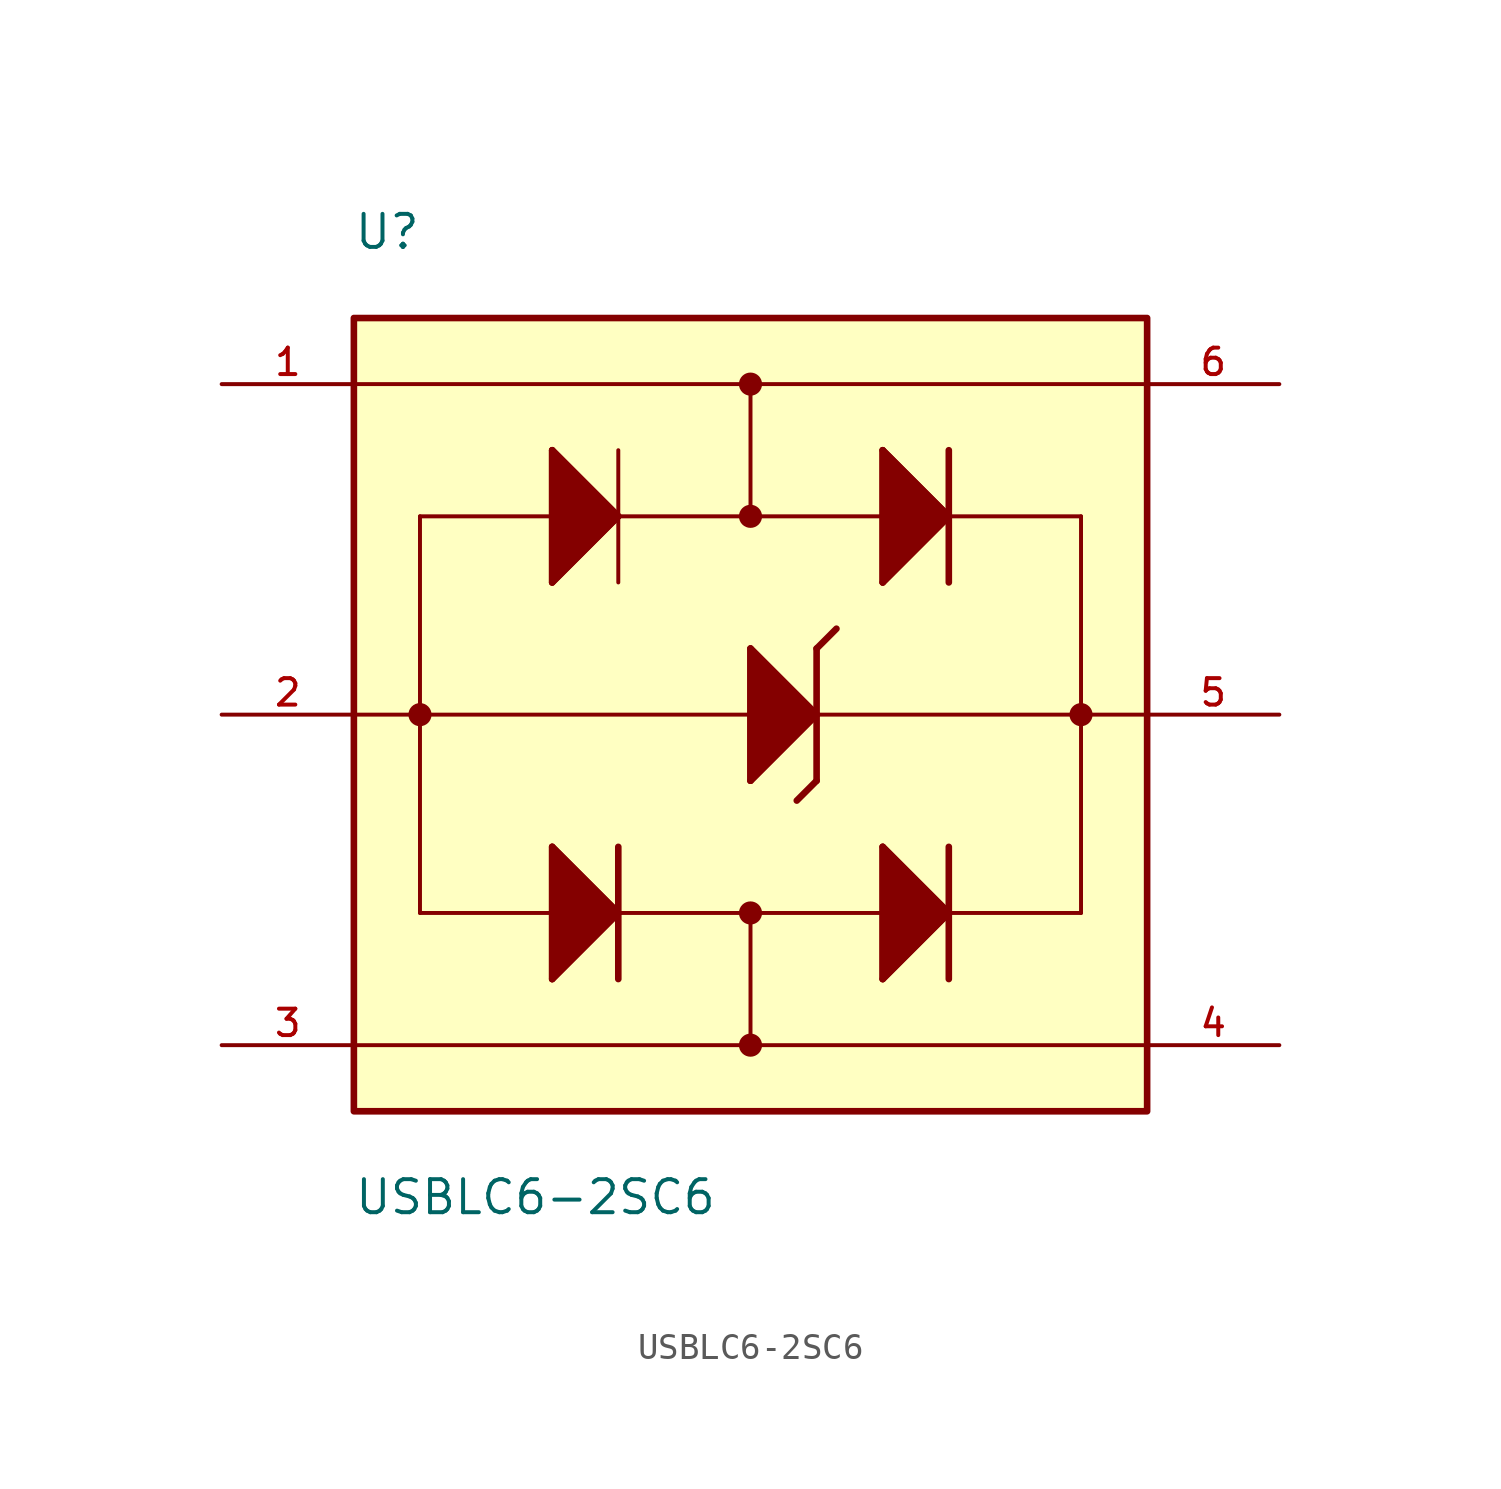
<source format=kicad_sym>
(kicad_symbol_lib
  (version 20211014)
  (generator kicad_symbol_editor)
  (symbol "USBLC6-2SC6"
    (pin_names
      (offset 1.016))
    (property "Reference" "U"
      (at -15.269 17.809 0)
      (effects (font (size 1.27 1.27)) (justify bottom left)))
    (property "Value" "USBLC6-2SC6"
      (at -15.256 -17.796 0)
      (effects (font (size 1.27 1.27)) (justify top left)))
    (symbol "USBLC6-2SC6_0_0"
      (polyline (pts (xy -12.7 7.62) (xy -7.62 7.62)) (stroke (width 0.152)))
      (polyline (pts (xy -7.62 7.62) (xy -7.62 10.16)) (stroke (width 0.254)))
      (polyline (pts (xy -7.62 10.16) (xy -5.08 7.62)) (stroke (width 0.254)))
      (polyline (pts (xy -5.08 7.62) (xy -7.62 5.08)) (stroke (width 0.254)))
      (polyline (pts (xy -7.62 5.08) (xy -7.62 7.62)) (stroke (width 0.254)))
      (polyline (pts (xy -5.08 10.16) (xy -5.08 7.62)) (stroke (width 0.152)))
      (polyline (pts (xy -5.08 7.62) (xy -5.08 5.08)) (stroke (width 0.152)))
      (polyline (pts (xy -5.08 7.62) (xy 0.0 7.62)) (stroke (width 0.152)))
      (polyline (pts (xy 0.0 7.62) (xy 5.08 7.62)) (stroke (width 0.152)))
      (polyline (pts (xy 5.08 7.62) (xy 5.08 10.16)) (stroke (width 0.254)))
      (polyline (pts (xy 5.08 10.16) (xy 7.62 7.62)) (stroke (width 0.254)))
      (polyline (pts (xy 7.62 7.62) (xy 5.08 5.08)) (stroke (width 0.254)))
      (polyline (pts (xy 5.08 5.08) (xy 5.08 7.62)) (stroke (width 0.254)))
      (polyline (pts (xy 7.62 10.16) (xy 7.62 7.62)) (stroke (width 0.254)))
      (polyline (pts (xy 7.62 7.62) (xy 7.62 5.08)) (stroke (width 0.254)))
      (polyline (pts (xy 7.62 7.62) (xy 12.7 7.62)) (stroke (width 0.152)))
      (polyline (pts (xy -7.62 10.16) (xy -7.62 5.08) (xy -5.08 7.62) (xy -7.62 10.16)) (stroke (width 0.254)) (fill (type outline)))
      (polyline (pts (xy 5.08 10.16) (xy 5.08 5.08) (xy 7.62 7.62) (xy 5.08 10.16)) (stroke (width 0.254)) (fill (type outline)))
      (polyline (pts (xy -12.7 -7.62) (xy -7.62 -7.62)) (stroke (width 0.152)))
      (polyline (pts (xy -7.62 -7.62) (xy -7.62 -5.08)) (stroke (width 0.254)))
      (polyline (pts (xy -7.62 -5.08) (xy -5.08 -7.62)) (stroke (width 0.254)))
      (polyline (pts (xy -5.08 -7.62) (xy -7.62 -10.16)) (stroke (width 0.254)))
      (polyline (pts (xy -7.62 -10.16) (xy -7.62 -7.62)) (stroke (width 0.254)))
      (polyline (pts (xy -5.08 -5.08) (xy -5.08 -7.62)) (stroke (width 0.254)))
      (polyline (pts (xy -5.08 -7.62) (xy -5.08 -10.16)) (stroke (width 0.254)))
      (polyline (pts (xy -5.08 -7.62) (xy 0.0 -7.62)) (stroke (width 0.152)))
      (polyline (pts (xy 0.0 -7.62) (xy 5.08 -7.62)) (stroke (width 0.152)))
      (polyline (pts (xy 5.08 -7.62) (xy 5.08 -5.08)) (stroke (width 0.254)))
      (polyline (pts (xy 5.08 -5.08) (xy 7.62 -7.62)) (stroke (width 0.254)))
      (polyline (pts (xy 7.62 -7.62) (xy 5.08 -10.16)) (stroke (width 0.254)))
      (polyline (pts (xy 5.08 -10.16) (xy 5.08 -7.62)) (stroke (width 0.254)))
      (polyline (pts (xy 7.62 -5.08) (xy 7.62 -7.62)) (stroke (width 0.254)))
      (polyline (pts (xy 7.62 -7.62) (xy 7.62 -10.16)) (stroke (width 0.254)))
      (polyline (pts (xy 7.62 -7.62) (xy 12.7 -7.62)) (stroke (width 0.152)))
      (polyline (pts (xy -7.62 -5.08) (xy -7.62 -10.16) (xy -5.08 -7.62) (xy -7.62 -5.08)) (stroke (width 0.254)) (fill (type outline)))
      (polyline (pts (xy 5.08 -5.08) (xy 5.08 -10.16) (xy 7.62 -7.62) (xy 5.08 -5.08)) (stroke (width 0.254)) (fill (type outline)))
      (polyline (pts (xy -12.7 0.0) (xy 0.0 0.0)) (stroke (width 0.152)))
      (polyline (pts (xy 0.0 0.0) (xy 0.0 2.54)) (stroke (width 0.254)))
      (polyline (pts (xy 0.0 2.54) (xy 2.54 0.0)) (stroke (width 0.254)))
      (polyline (pts (xy 2.54 0.0) (xy 0.0 -2.54)) (stroke (width 0.254)))
      (polyline (pts (xy 0.0 -2.54) (xy 0.0 0.0)) (stroke (width 0.254)))
      (polyline (pts (xy 2.54 0.0) (xy 12.7 0.0)) (stroke (width 0.152)))
      (polyline (pts (xy 2.54 2.54) (xy 2.54 -2.54)) (stroke (width 0.254)))
      (polyline (pts (xy 2.54 2.54) (xy 3.302 3.302)) (stroke (width 0.254)))
      (polyline (pts (xy 2.54 -2.54) (xy 1.778 -3.302)) (stroke (width 0.254)))
      (polyline (pts (xy -12.7 7.62) (xy -12.7 0.0)) (stroke (width 0.152)))
      (polyline (pts (xy -12.7 0.0) (xy -12.7 -7.62)) (stroke (width 0.152)))
      (polyline (pts (xy 12.7 7.62) (xy 12.7 0.0)) (stroke (width 0.152)))
      (polyline (pts (xy 12.7 0.0) (xy 12.7 -7.62)) (stroke (width 0.152)))
      (polyline (pts (xy 12.7 0.0) (xy 15.24 0.0)) (stroke (width 0.152)))
      (polyline (pts (xy -12.7 0.0) (xy -15.24 0.0)) (stroke (width 0.152)))
      (polyline (pts (xy 0.0 2.54) (xy 0.0 -2.54) (xy 2.54 0.0) (xy 0.0 2.54)) (stroke (width 0.254)) (fill (type outline)))
      (circle (center 0.0 -12.7) (radius 0.254) (stroke (width 0.381)) (fill (type none)))
      (polyline (pts (xy 0.0 -7.62) (xy 0.0 -12.7)) (stroke (width 0.152)))
      (polyline (pts (xy 0.0 7.62) (xy 0.0 12.7)) (stroke (width 0.152)))
      (circle (center -12.7 0.0) (radius 0.254) (stroke (width 0.381)) (fill (type none)))
      (circle (center 12.7 0.0) (radius 0.254) (stroke (width 0.381)) (fill (type none)))
      (circle (center 0.0 12.7) (radius 0.254) (stroke (width 0.381)) (fill (type none)))
      (circle (center 0.0 7.62) (radius 0.254) (stroke (width 0.381)) (fill (type none)))
      (circle (center 0.0 -7.62) (radius 0.254) (stroke (width 0.381)) (fill (type none)))
      (polyline (pts (xy -15.24 12.7) (xy 0.0 12.7)) (stroke (width 0.152)))
      (polyline (pts (xy 0.0 12.7) (xy 15.24 12.7)) (stroke (width 0.152)))
      (polyline (pts (xy -15.24 -12.7) (xy 0.0 -12.7)) (stroke (width 0.152)))
      (polyline (pts (xy 15.24 -12.7) (xy 0.0 -12.7)) (stroke (width 0.152)))
      (rectangle (start -15.24 -15.24) (end 15.24 15.24) (stroke (width 0.254)) (fill (type background)))
      (pin power_in line (at -20.32 0.0 0) (length 5.08) (name "~" (effects (font (size 1.016 1.016)))) (number "2" (effects (font (size 1.016 1.016)))))
      (pin power_in line (at 20.32 0.0 180.0) (length 5.08) (name "~" (effects (font (size 1.016 1.016)))) (number "5" (effects (font (size 1.016 1.016)))))
      (pin bidirectional line (at -20.32 12.7 0) (length 5.08) (name "~" (effects (font (size 1.016 1.016)))) (number "1" (effects (font (size 1.016 1.016)))))
      (pin bidirectional line (at -20.32 -12.7 0) (length 5.08) (name "~" (effects (font (size 1.016 1.016)))) (number "3" (effects (font (size 1.016 1.016)))))
      (pin bidirectional line (at 20.32 12.7 180.0) (length 5.08) (name "~" (effects (font (size 1.016 1.016)))) (number "6" (effects (font (size 1.016 1.016)))))
      (pin bidirectional line (at 20.32 -12.7 180.0) (length 5.08) (name "~" (effects (font (size 1.016 1.016)))) (number "4" (effects (font (size 1.016 1.016))))))))
</source>
